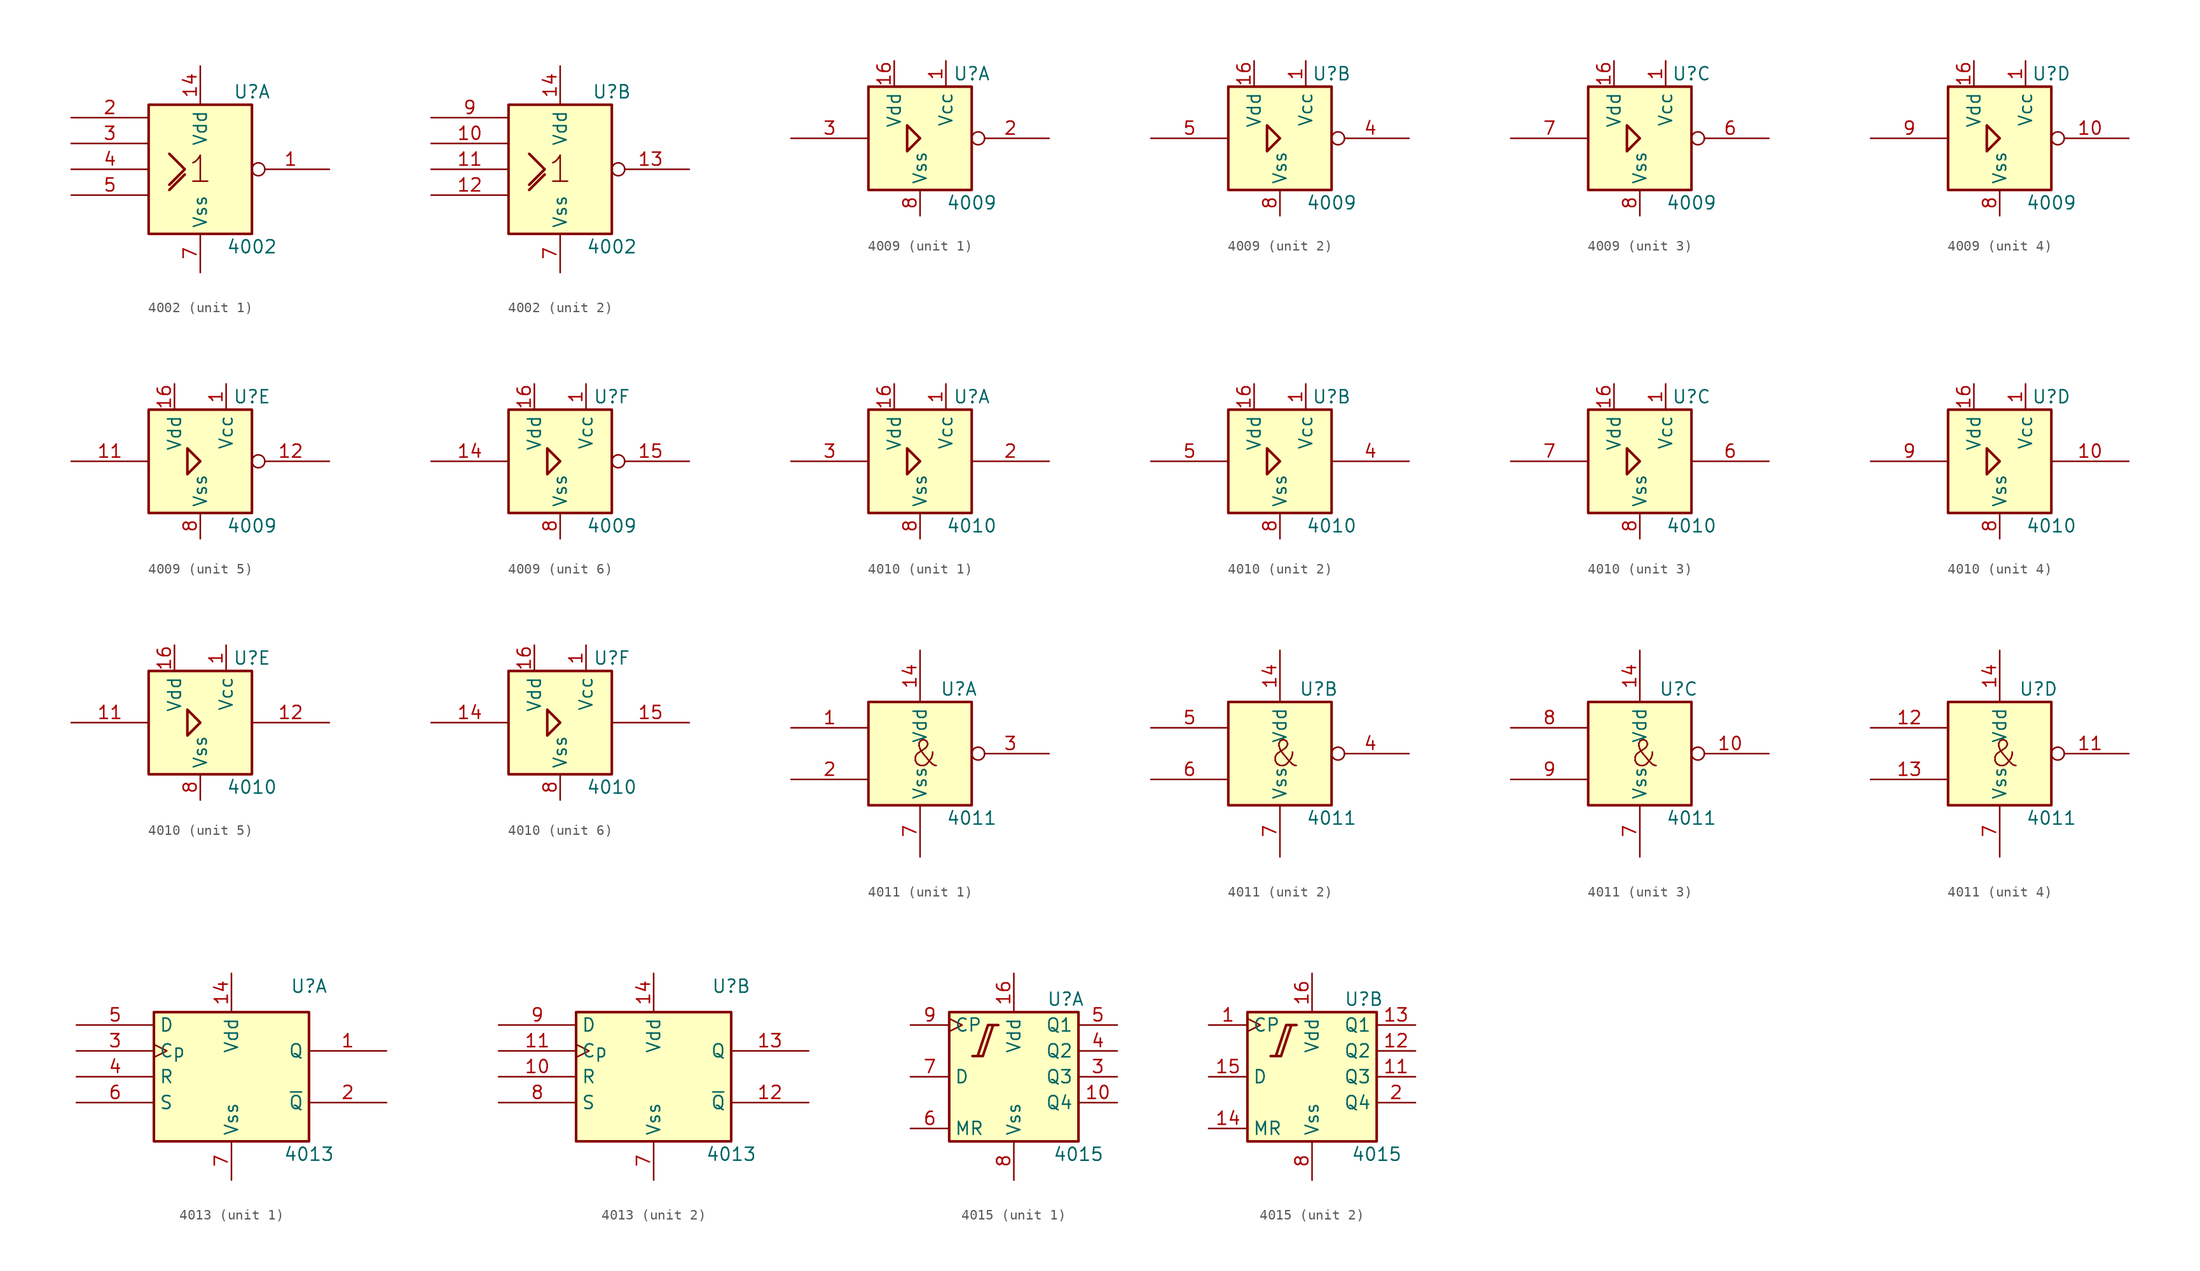
<source format=kicad_sym>
(kicad_symbol_lib
  (version 20220914)
  (generator kicad_symbol_editor)
  (symbol "4002"
    (property "Reference" "U"
      (at 5.08 7.62 0)
      (effects (font (size 1.27 1.27))))
    (property "Value" "4002"
      (at 5.08 -7.62 0)
      (effects (font (size 1.27 1.27))))
    (symbol "4002_0_0"
      (polyline (pts (xy -3.048 -2.032) (xy -1.524 -0.508) (xy -1.524 -0.508)) (stroke (width 0.254) (type default)) (fill (type background)))
      (polyline (pts (xy -3.048 1.524) (xy -1.524 0) (xy -3.048 -1.524) (xy -3.048 -1.524)) (stroke (width 0.254) (type default)) (fill (type background)))
      (text "1" (at 0 0 0) (effects (font (size 2.54 2.54)))))
    (symbol "4002_0_1"
      (rectangle (start -5.08 6.35) (end 5.08 -6.35) (stroke (width 0.254) (type default)) (fill (type background)))
      (pin power_in line (at 0 10.16 270) (length 3.81) (name "Vdd" (effects (font (size 1.27 1.27)))) (number "14" (effects (font (size 1.27 1.27)))))
      (pin power_in line (at 0 -10.16 90) (length 3.81) (name "Vss" (effects (font (size 1.27 1.27)))) (number "7" (effects (font (size 1.27 1.27))))))
    (symbol "4002_1_1"
      (pin output inverted (at 12.7 0 180) (length 7.62) (name "~" (effects (font (size 1.27 1.27)))) (number "1" (effects (font (size 1.27 1.27)))))
      (pin input line (at -12.7 5.08 0) (length 7.62) (name "~" (effects (font (size 1.27 1.27)))) (number "2" (effects (font (size 1.27 1.27)))))
      (pin input line (at -12.7 2.54 0) (length 7.62) (name "~" (effects (font (size 1.27 1.27)))) (number "3" (effects (font (size 1.27 1.27)))))
      (pin input line (at -12.7 0 0) (length 7.62) (name "~" (effects (font (size 1.27 1.27)))) (number "4" (effects (font (size 1.27 1.27)))))
      (pin input line (at -12.7 -2.54 0) (length 7.62) (name "~" (effects (font (size 1.27 1.27)))) (number "5" (effects (font (size 1.27 1.27))))))
    (symbol "4002_2_1"
      (pin input line (at -12.7 2.54 0) (length 7.62) (name "~" (effects (font (size 1.27 1.27)))) (number "10" (effects (font (size 1.27 1.27)))))
      (pin input line (at -12.7 0 0) (length 7.62) (name "~" (effects (font (size 1.27 1.27)))) (number "11" (effects (font (size 1.27 1.27)))))
      (pin input line (at -12.7 -2.54 0) (length 7.62) (name "~" (effects (font (size 1.27 1.27)))) (number "12" (effects (font (size 1.27 1.27)))))
      (pin output inverted (at 12.7 0 180) (length 7.62) (name "~" (effects (font (size 1.27 1.27)))) (number "13" (effects (font (size 1.27 1.27)))))
      (pin input line (at -12.7 5.08 0) (length 7.62) (name "~" (effects (font (size 1.27 1.27)))) (number "9" (effects (font (size 1.27 1.27)))))))
  (symbol "4009"
    (property "Reference" "U"
      (at 5.08 6.35 0)
      (effects (font (size 1.27 1.27))))
    (property "Value" "4009"
      (at 5.08 -6.35 0)
      (effects (font (size 1.27 1.27))))
    (symbol "4009_0_0"
      (rectangle (start -5.08 5.08) (end 5.08 -5.08) (stroke (width 0.254) (type default)) (fill (type background)))
      (polyline (pts (xy -1.27 1.27) (xy -1.27 -1.27) (xy 0 0) (xy -1.27 1.27) (xy -1.27 1.27)) (stroke (width 0.254) (type default)) (fill (type background))))
    (symbol "4009_0_1"
      (pin power_in line (at 2.54 7.62 270) (length 2.54) (name "Vcc" (effects (font (size 1.27 1.27)))) (number "1" (effects (font (size 1.27 1.27)))))
      (pin power_in line (at -2.54 7.62 270) (length 2.54) (name "Vdd" (effects (font (size 1.27 1.27)))) (number "16" (effects (font (size 1.27 1.27)))))
      (pin power_in line (at 0 -7.62 90) (length 2.54) (name "Vss" (effects (font (size 1.27 1.27)))) (number "8" (effects (font (size 1.27 1.27))))))
    (symbol "4009_1_1"
      (pin output inverted (at 12.7 0 180) (length 7.62) (name "~" (effects (font (size 1.27 1.27)))) (number "2" (effects (font (size 1.27 1.27)))))
      (pin input line (at -12.7 0 0) (length 7.62) (name "~" (effects (font (size 1.27 1.27)))) (number "3" (effects (font (size 1.27 1.27))))))
    (symbol "4009_2_1"
      (pin output inverted (at 12.7 0 180) (length 7.62) (name "~" (effects (font (size 1.27 1.27)))) (number "4" (effects (font (size 1.27 1.27)))))
      (pin input line (at -12.7 0 0) (length 7.62) (name "~" (effects (font (size 1.27 1.27)))) (number "5" (effects (font (size 1.27 1.27))))))
    (symbol "4009_3_1"
      (pin output inverted (at 12.7 0 180) (length 7.62) (name "~" (effects (font (size 1.27 1.27)))) (number "6" (effects (font (size 1.27 1.27)))))
      (pin input line (at -12.7 0 0) (length 7.62) (name "~" (effects (font (size 1.27 1.27)))) (number "7" (effects (font (size 1.27 1.27))))))
    (symbol "4009_4_1"
      (pin output inverted (at 12.7 0 180) (length 7.62) (name "~" (effects (font (size 1.27 1.27)))) (number "10" (effects (font (size 1.27 1.27)))))
      (pin input line (at -12.7 0 0) (length 7.62) (name "~" (effects (font (size 1.27 1.27)))) (number "9" (effects (font (size 1.27 1.27))))))
    (symbol "4009_5_1"
      (pin input line (at -12.7 0 0) (length 7.62) (name "~" (effects (font (size 1.27 1.27)))) (number "11" (effects (font (size 1.27 1.27)))))
      (pin output inverted (at 12.7 0 180) (length 7.62) (name "~" (effects (font (size 1.27 1.27)))) (number "12" (effects (font (size 1.27 1.27))))))
    (symbol "4009_6_1"
      (pin input line (at -12.7 0 0) (length 7.62) (name "~" (effects (font (size 1.27 1.27)))) (number "14" (effects (font (size 1.27 1.27)))))
      (pin output inverted (at 12.7 0 180) (length 7.62) (name "~" (effects (font (size 1.27 1.27)))) (number "15" (effects (font (size 1.27 1.27)))))))
  (symbol "4010"
    (property "Reference" "U"
      (at 5.08 6.35 0)
      (effects (font (size 1.27 1.27))))
    (property "Value" "4010"
      (at 5.08 -6.35 0)
      (effects (font (size 1.27 1.27))))
    (symbol "4010_0_0"
      (rectangle (start -5.08 5.08) (end 5.08 -5.08) (stroke (width 0.254) (type default)) (fill (type background)))
      (polyline (pts (xy -1.27 1.27) (xy -1.27 -1.27) (xy 0 0) (xy -1.27 1.27) (xy -1.27 1.27)) (stroke (width 0.254) (type default)) (fill (type background))))
    (symbol "4010_0_1"
      (pin power_in line (at 2.54 7.62 270) (length 2.54) (name "Vcc" (effects (font (size 1.27 1.27)))) (number "1" (effects (font (size 1.27 1.27)))))
      (pin power_in line (at -2.54 7.62 270) (length 2.54) (name "Vdd" (effects (font (size 1.27 1.27)))) (number "16" (effects (font (size 1.27 1.27)))))
      (pin power_in line (at 0 -7.62 90) (length 2.54) (name "Vss" (effects (font (size 1.27 1.27)))) (number "8" (effects (font (size 1.27 1.27))))))
    (symbol "4010_1_1"
      (pin output line (at 12.7 0 180) (length 7.62) (name "~" (effects (font (size 1.27 1.27)))) (number "2" (effects (font (size 1.27 1.27)))))
      (pin input line (at -12.7 0 0) (length 7.62) (name "~" (effects (font (size 1.27 1.27)))) (number "3" (effects (font (size 1.27 1.27))))))
    (symbol "4010_2_1"
      (pin output line (at 12.7 0 180) (length 7.62) (name "~" (effects (font (size 1.27 1.27)))) (number "4" (effects (font (size 1.27 1.27)))))
      (pin input line (at -12.7 0 0) (length 7.62) (name "~" (effects (font (size 1.27 1.27)))) (number "5" (effects (font (size 1.27 1.27))))))
    (symbol "4010_3_1"
      (pin output line (at 12.7 0 180) (length 7.62) (name "~" (effects (font (size 1.27 1.27)))) (number "6" (effects (font (size 1.27 1.27)))))
      (pin input line (at -12.7 0 0) (length 7.62) (name "~" (effects (font (size 1.27 1.27)))) (number "7" (effects (font (size 1.27 1.27))))))
    (symbol "4010_4_1"
      (pin output line (at 12.7 0 180) (length 7.62) (name "~" (effects (font (size 1.27 1.27)))) (number "10" (effects (font (size 1.27 1.27)))))
      (pin input line (at -12.7 0 0) (length 7.62) (name "~" (effects (font (size 1.27 1.27)))) (number "9" (effects (font (size 1.27 1.27))))))
    (symbol "4010_5_1"
      (pin input line (at -12.7 0 0) (length 7.62) (name "~" (effects (font (size 1.27 1.27)))) (number "11" (effects (font (size 1.27 1.27)))))
      (pin output line (at 12.7 0 180) (length 7.62) (name "~" (effects (font (size 1.27 1.27)))) (number "12" (effects (font (size 1.27 1.27))))))
    (symbol "4010_6_1"
      (pin input line (at -12.7 0 0) (length 7.62) (name "~" (effects (font (size 1.27 1.27)))) (number "14" (effects (font (size 1.27 1.27)))))
      (pin output line (at 12.7 0 180) (length 7.62) (name "~" (effects (font (size 1.27 1.27)))) (number "15" (effects (font (size 1.27 1.27)))))))
  (symbol "4011"
    (property "Reference" "U"
      (at 3.81 6.35 0)
      (effects (font (size 1.27 1.27))))
    (property "Value" "4011"
      (at 5.08 -6.35 0)
      (effects (font (size 1.27 1.27))))
    (symbol "4011_0_0"
      (rectangle (start -5.08 5.08) (end 5.08 -5.08) (stroke (width 0.254) (type default)) (fill (type background)))
      (text "&" (at 0.508 0 0) (effects (font (size 2.54 2.54)))))
    (symbol "4011_0_1"
      (pin power_in line (at 0 10.16 270) (length 5.08) (name "Vdd" (effects (font (size 1.27 1.27)))) (number "14" (effects (font (size 1.27 1.27)))))
      (pin power_in line (at 0 -10.16 90) (length 5.08) (name "Vss" (effects (font (size 1.27 1.27)))) (number "7" (effects (font (size 1.27 1.27))))))
    (symbol "4011_1_1"
      (pin input line (at -12.7 2.54 0) (length 7.62) (name "~" (effects (font (size 1.27 1.27)))) (number "1" (effects (font (size 1.27 1.27)))))
      (pin input line (at -12.7 -2.54 0) (length 7.62) (name "~" (effects (font (size 1.27 1.27)))) (number "2" (effects (font (size 1.27 1.27)))))
      (pin output inverted (at 12.7 0 180) (length 7.62) (name "~" (effects (font (size 1.27 1.27)))) (number "3" (effects (font (size 1.27 1.27))))))
    (symbol "4011_2_1"
      (pin output inverted (at 12.7 0 180) (length 7.62) (name "~" (effects (font (size 1.27 1.27)))) (number "4" (effects (font (size 1.27 1.27)))))
      (pin input line (at -12.7 2.54 0) (length 7.62) (name "~" (effects (font (size 1.27 1.27)))) (number "5" (effects (font (size 1.27 1.27)))))
      (pin input line (at -12.7 -2.54 0) (length 7.62) (name "~" (effects (font (size 1.27 1.27)))) (number "6" (effects (font (size 1.27 1.27))))))
    (symbol "4011_3_1"
      (pin output inverted (at 12.7 0 180) (length 7.62) (name "~" (effects (font (size 1.27 1.27)))) (number "10" (effects (font (size 1.27 1.27)))))
      (pin input line (at -12.7 2.54 0) (length 7.62) (name "~" (effects (font (size 1.27 1.27)))) (number "8" (effects (font (size 1.27 1.27)))))
      (pin input line (at -12.7 -2.54 0) (length 7.62) (name "~" (effects (font (size 1.27 1.27)))) (number "9" (effects (font (size 1.27 1.27))))))
    (symbol "4011_4_1"
      (pin output inverted (at 12.7 0 180) (length 7.62) (name "~" (effects (font (size 1.27 1.27)))) (number "11" (effects (font (size 1.27 1.27)))))
      (pin input line (at -12.7 2.54 0) (length 7.62) (name "~" (effects (font (size 1.27 1.27)))) (number "12" (effects (font (size 1.27 1.27)))))
      (pin input line (at -12.7 -2.54 0) (length 7.62) (name "~" (effects (font (size 1.27 1.27)))) (number "13" (effects (font (size 1.27 1.27)))))))
  (symbol "4013"
    (property "Reference" "U"
      (at 7.62 8.89 0)
      (effects (font (size 1.27 1.27))))
    (property "Value" "4013"
      (at 7.62 -7.62 0)
      (effects (font (size 1.27 1.27))))
    (symbol "4013_0_0"
      (pin power_in line (at 0 10.16 270) (length 3.81) (name "Vdd" (effects (font (size 1.27 1.27)))) (number "14" (effects (font (size 1.27 1.27)))))
      (pin power_in line (at 0 -10.16 90) (length 3.81) (name "Vss" (effects (font (size 1.27 1.27)))) (number "7" (effects (font (size 1.27 1.27))))))
    (symbol "4013_0_1"
      (rectangle (start -7.62 6.35) (end 7.62 -6.35) (stroke (width 0.254) (type default)) (fill (type background))))
    (symbol "4013_1_1"
      (pin output line (at 15.24 2.54 180) (length 7.62) (name "Q" (effects (font (size 1.27 1.27)))) (number "1" (effects (font (size 1.27 1.27)))))
      (pin output line (at 15.24 -2.54 180) (length 7.62) (name "~{Q}" (effects (font (size 1.27 1.27)))) (number "2" (effects (font (size 1.27 1.27)))))
      (pin input clock (at -15.24 2.54 0) (length 7.62) (name "Cp" (effects (font (size 1.27 1.27)))) (number "3" (effects (font (size 1.27 1.27)))))
      (pin input line (at -15.24 0 0) (length 7.62) (name "R" (effects (font (size 1.27 1.27)))) (number "4" (effects (font (size 1.27 1.27)))))
      (pin input line (at -15.24 5.08 0) (length 7.62) (name "D" (effects (font (size 1.27 1.27)))) (number "5" (effects (font (size 1.27 1.27)))))
      (pin input line (at -15.24 -2.54 0) (length 7.62) (name "S" (effects (font (size 1.27 1.27)))) (number "6" (effects (font (size 1.27 1.27))))))
    (symbol "4013_2_1"
      (pin input line (at -15.24 0 0) (length 7.62) (name "R" (effects (font (size 1.27 1.27)))) (number "10" (effects (font (size 1.27 1.27)))))
      (pin input clock (at -15.24 2.54 0) (length 7.62) (name "Cp" (effects (font (size 1.27 1.27)))) (number "11" (effects (font (size 1.27 1.27)))))
      (pin input line (at 15.24 -2.54 180) (length 7.62) (name "~{Q}" (effects (font (size 1.27 1.27)))) (number "12" (effects (font (size 1.27 1.27)))))
      (pin input line (at 15.24 2.54 180) (length 7.62) (name "Q" (effects (font (size 1.27 1.27)))) (number "13" (effects (font (size 1.27 1.27)))))
      (pin input line (at -15.24 -2.54 0) (length 7.62) (name "S" (effects (font (size 1.27 1.27)))) (number "8" (effects (font (size 1.27 1.27)))))
      (pin input line (at -15.24 5.08 0) (length 7.62) (name "D" (effects (font (size 1.27 1.27)))) (number "9" (effects (font (size 1.27 1.27)))))))
  (symbol "4015"
    (property "Reference" "U"
      (at 5.08 7.62 0)
      (effects (font (size 1.27 1.27))))
    (property "Value" "4015"
      (at 6.35 -7.62 0)
      (effects (font (size 1.27 1.27))))
    (symbol "4015_0_1"
      (polyline (pts (xy -4.064 2.032) (xy -3.048 2.032) (xy -2.032 5.08) (xy -1.524 5.08) (xy -2.54 5.08) (xy -3.556 2.032) (xy -3.556 2.032)) (stroke (width 0.254) (type default)) (fill (type background)))
      (rectangle (start 6.35 6.35) (end -6.35 -6.35) (stroke (width 0.254) (type default)) (fill (type background)))
      (pin power_in line (at 0 10.16 270) (length 3.81) (name "Vdd" (effects (font (size 1.27 1.27)))) (number "16" (effects (font (size 1.27 1.27)))))
      (pin power_in line (at 0 -10.16 90) (length 3.81) (name "Vss" (effects (font (size 1.27 1.27)))) (number "8" (effects (font (size 1.27 1.27))))))
    (symbol "4015_1_1"
      (pin output line (at 10.16 -2.54 180) (length 3.81) (name "Q4" (effects (font (size 1.27 1.27)))) (number "10" (effects (font (size 1.27 1.27)))))
      (pin output line (at 10.16 0 180) (length 3.81) (name "Q3" (effects (font (size 1.27 1.27)))) (number "3" (effects (font (size 1.27 1.27)))))
      (pin output line (at 10.16 2.54 180) (length 3.81) (name "Q2" (effects (font (size 1.27 1.27)))) (number "4" (effects (font (size 1.27 1.27)))))
      (pin output line (at 10.16 5.08 180) (length 3.81) (name "Q1" (effects (font (size 1.27 1.27)))) (number "5" (effects (font (size 1.27 1.27)))))
      (pin input line (at -10.16 -5.08 0) (length 3.81) (name "MR" (effects (font (size 1.27 1.27)))) (number "6" (effects (font (size 1.27 1.27)))))
      (pin input line (at -10.16 0 0) (length 3.81) (name "D" (effects (font (size 1.27 1.27)))) (number "7" (effects (font (size 1.27 1.27)))))
      (pin input clock (at -10.16 5.08 0) (length 3.81) (name "CP" (effects (font (size 1.27 1.27)))) (number "9" (effects (font (size 1.27 1.27))))))
    (symbol "4015_2_1"
      (pin input clock (at -10.16 5.08 0) (length 3.81) (name "CP" (effects (font (size 1.27 1.27)))) (number "1" (effects (font (size 1.27 1.27)))))
      (pin output line (at 10.16 0 180) (length 3.81) (name "Q3" (effects (font (size 1.27 1.27)))) (number "11" (effects (font (size 1.27 1.27)))))
      (pin output line (at 10.16 2.54 180) (length 3.81) (name "Q2" (effects (font (size 1.27 1.27)))) (number "12" (effects (font (size 1.27 1.27)))))
      (pin output line (at 10.16 5.08 180) (length 3.81) (name "Q1" (effects (font (size 1.27 1.27)))) (number "13" (effects (font (size 1.27 1.27)))))
      (pin input line (at -10.16 -5.08 0) (length 3.81) (name "MR" (effects (font (size 1.27 1.27)))) (number "14" (effects (font (size 1.27 1.27)))))
      (pin input line (at -10.16 0 0) (length 3.81) (name "D" (effects (font (size 1.27 1.27)))) (number "15" (effects (font (size 1.27 1.27)))))
      (pin output line (at 10.16 -2.54 180) (length 3.81) (name "Q4" (effects (font (size 1.27 1.27)))) (number "2" (effects (font (size 1.27 1.27))))))))
</source>
